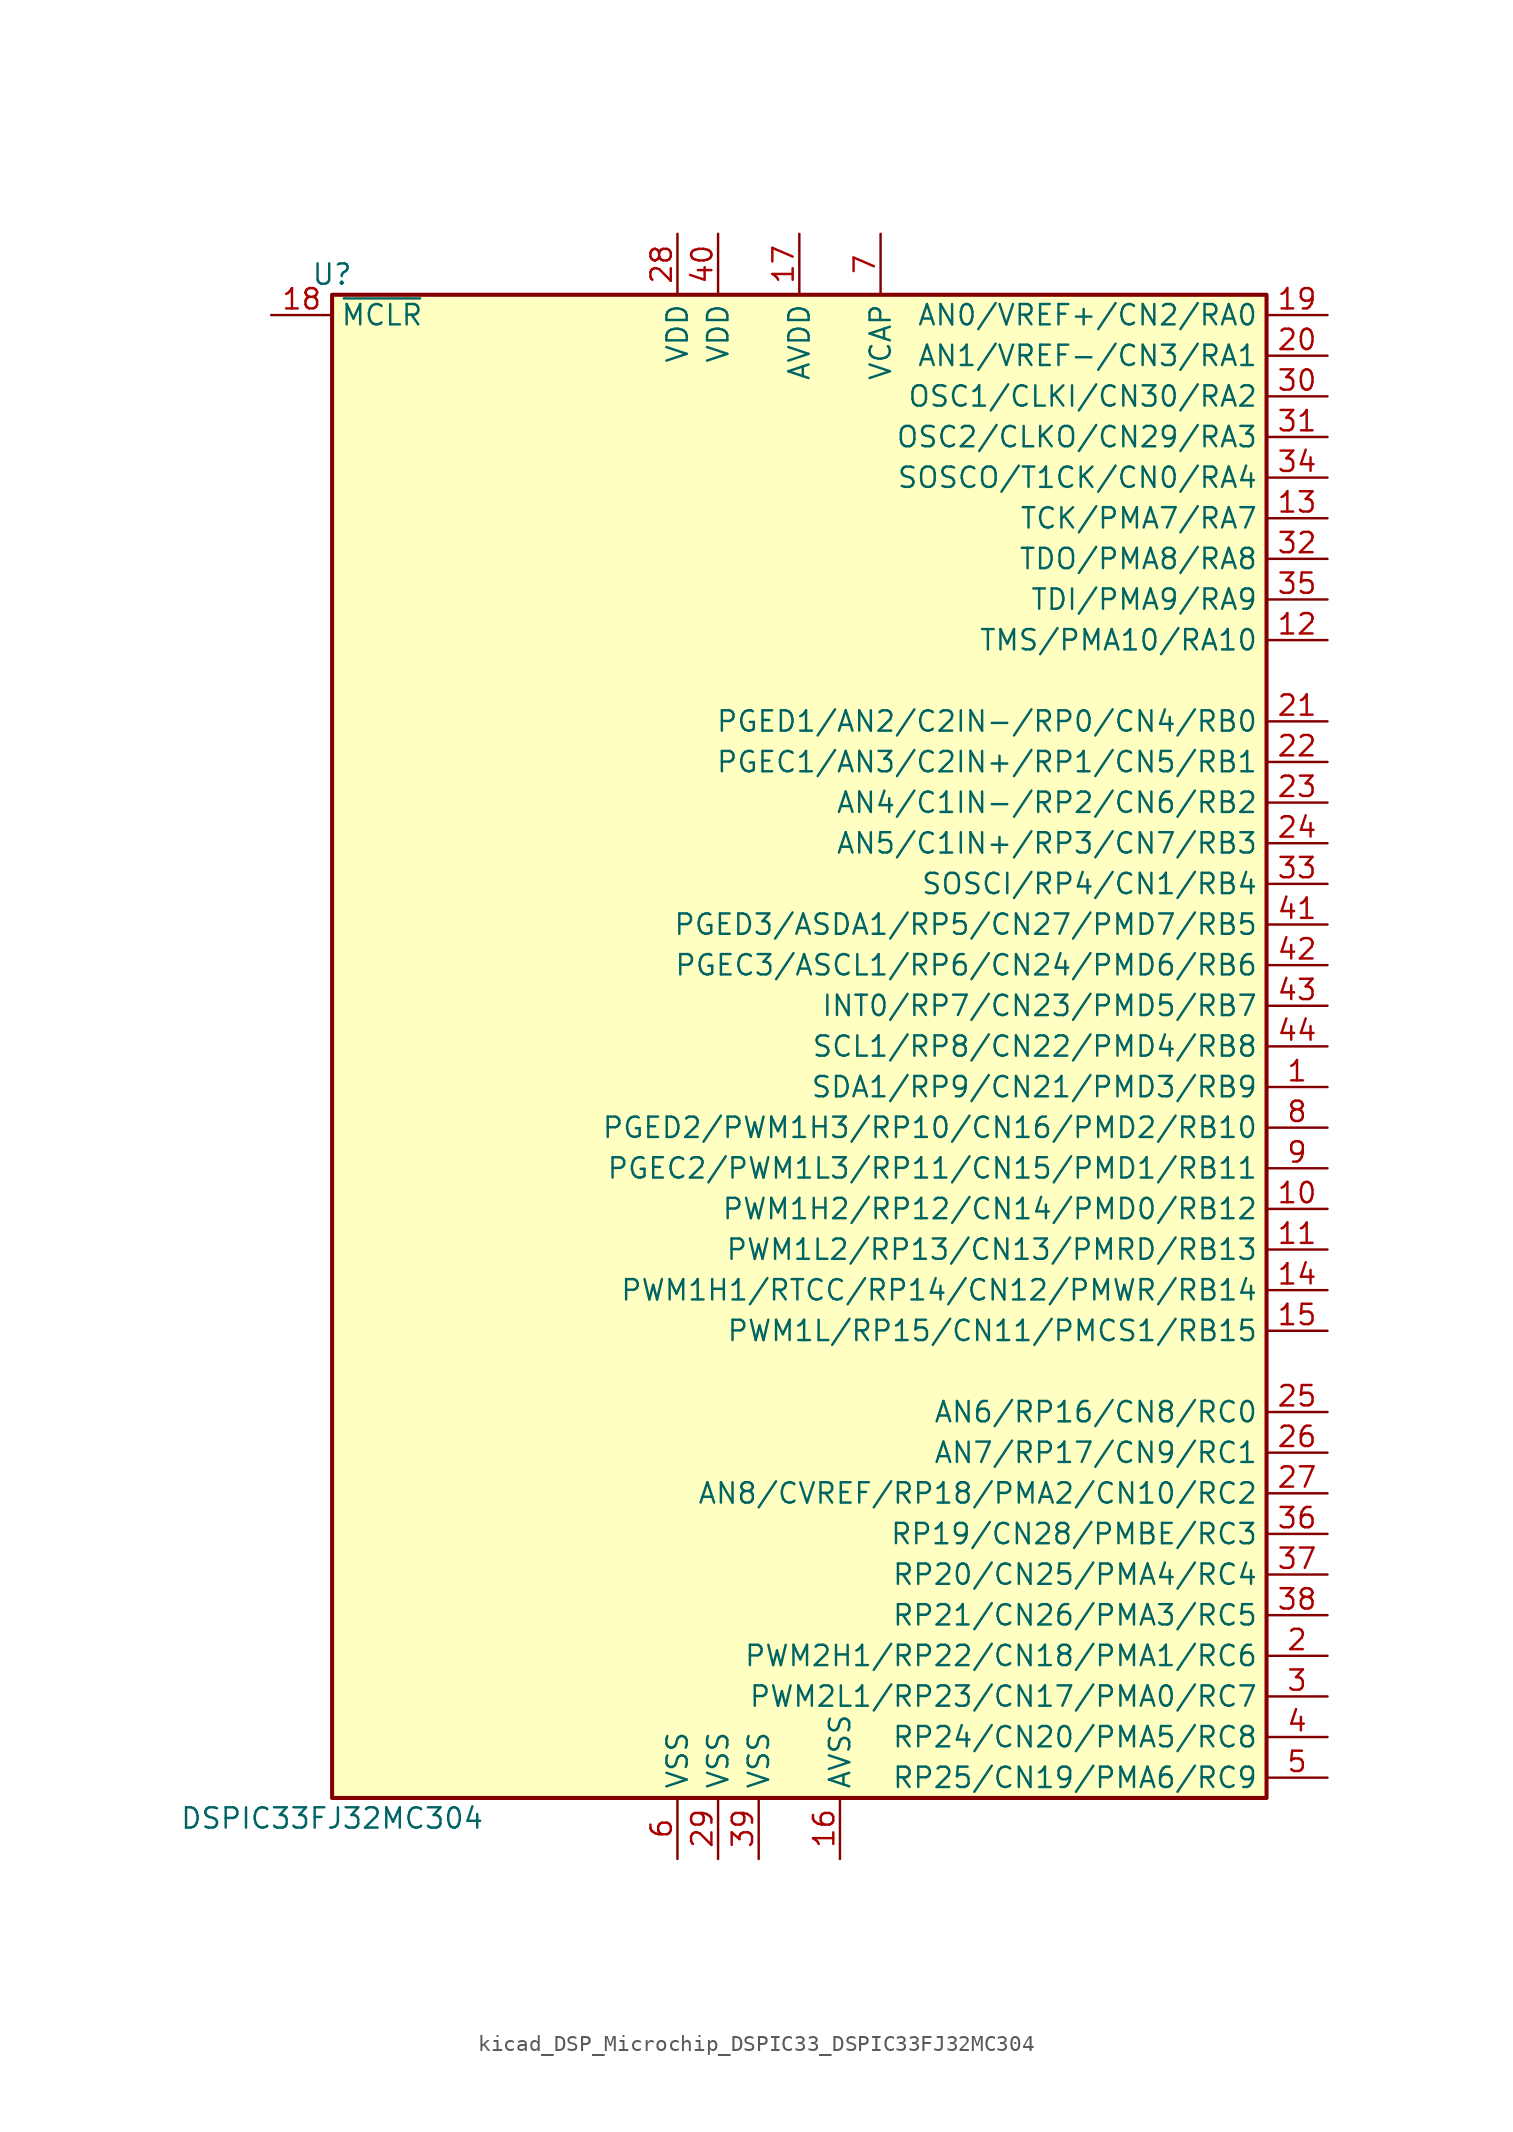
<source format=kicad_sym>
(kicad_symbol_lib
  (version 20220914)
  (generator kicad_symbol_editor)
  (symbol "kicad_DSP_Microchip_DSPIC33_DSPIC33FJ32MC304"
    (property "Reference" "U"
      (at -29.21 48.26 0)
      (effects (font (size 1.27 1.27))))
    (property "Value" "DSPIC33FJ32MC304"
      (at -29.21 -48.26 0)
      (effects (font (size 1.27 1.27))))
    (symbol "kicad_DSP_Microchip_DSPIC33_DSPIC33FJ32MC304_1_1"
      (rectangle (start -29.21 46.99) (end 29.21 -46.99) (stroke (width 0.254) (type default)) (fill (type background)))
      (pin bidirectional line (at 33.02 -2.54 180) (length 3.81) (name "SDA1/RP9/CN21/PMD3/RB9" (effects (font (size 1.27 1.27)))) (number "1" (effects (font (size 1.27 1.27)))))
      (pin bidirectional line (at 33.02 -10.16 180) (length 3.81) (name "PWM1H2/RP12/CN14/PMD0/RB12" (effects (font (size 1.27 1.27)))) (number "10" (effects (font (size 1.27 1.27)))))
      (pin bidirectional line (at 33.02 -12.7 180) (length 3.81) (name "PWM1L2/RP13/CN13/PMRD/RB13" (effects (font (size 1.27 1.27)))) (number "11" (effects (font (size 1.27 1.27)))))
      (pin bidirectional line (at 33.02 25.4 180) (length 3.81) (name "TMS/PMA10/RA10" (effects (font (size 1.27 1.27)))) (number "12" (effects (font (size 1.27 1.27)))))
      (pin bidirectional line (at 33.02 33.02 180) (length 3.81) (name "TCK/PMA7/RA7" (effects (font (size 1.27 1.27)))) (number "13" (effects (font (size 1.27 1.27)))))
      (pin bidirectional line (at 33.02 -15.24 180) (length 3.81) (name "PWM1H1/RTCC/RP14/CN12/PMWR/RB14" (effects (font (size 1.27 1.27)))) (number "14" (effects (font (size 1.27 1.27)))))
      (pin bidirectional line (at 33.02 -17.78 180) (length 3.81) (name "PWM1L/RP15/CN11/PMCS1/RB15" (effects (font (size 1.27 1.27)))) (number "15" (effects (font (size 1.27 1.27)))))
      (pin power_in line (at 2.54 -50.8 90) (length 3.81) (name "AVSS" (effects (font (size 1.27 1.27)))) (number "16" (effects (font (size 1.27 1.27)))))
      (pin power_in line (at 0 50.8 270) (length 3.81) (name "AVDD" (effects (font (size 1.27 1.27)))) (number "17" (effects (font (size 1.27 1.27)))))
      (pin input line (at -33.02 45.72 0) (length 3.81) (name "~{MCLR}" (effects (font (size 1.27 1.27)))) (number "18" (effects (font (size 1.27 1.27)))))
      (pin bidirectional line (at 33.02 45.72 180) (length 3.81) (name "AN0/VREF+/CN2/RA0" (effects (font (size 1.27 1.27)))) (number "19" (effects (font (size 1.27 1.27)))))
      (pin bidirectional line (at 33.02 -38.1 180) (length 3.81) (name "PWM2H1/RP22/CN18/PMA1/RC6" (effects (font (size 1.27 1.27)))) (number "2" (effects (font (size 1.27 1.27)))))
      (pin bidirectional line (at 33.02 43.18 180) (length 3.81) (name "AN1/VREF-/CN3/RA1" (effects (font (size 1.27 1.27)))) (number "20" (effects (font (size 1.27 1.27)))))
      (pin bidirectional line (at 33.02 20.32 180) (length 3.81) (name "PGED1/AN2/C2IN-/RP0/CN4/RB0" (effects (font (size 1.27 1.27)))) (number "21" (effects (font (size 1.27 1.27)))))
      (pin bidirectional line (at 33.02 17.78 180) (length 3.81) (name "PGEC1/AN3/C2IN+/RP1/CN5/RB1" (effects (font (size 1.27 1.27)))) (number "22" (effects (font (size 1.27 1.27)))))
      (pin bidirectional line (at 33.02 15.24 180) (length 3.81) (name "AN4/C1IN-/RP2/CN6/RB2" (effects (font (size 1.27 1.27)))) (number "23" (effects (font (size 1.27 1.27)))))
      (pin bidirectional line (at 33.02 12.7 180) (length 3.81) (name "AN5/C1IN+/RP3/CN7/RB3" (effects (font (size 1.27 1.27)))) (number "24" (effects (font (size 1.27 1.27)))))
      (pin bidirectional line (at 33.02 -22.86 180) (length 3.81) (name "AN6/RP16/CN8/RC0" (effects (font (size 1.27 1.27)))) (number "25" (effects (font (size 1.27 1.27)))))
      (pin bidirectional line (at 33.02 -25.4 180) (length 3.81) (name "AN7/RP17/CN9/RC1" (effects (font (size 1.27 1.27)))) (number "26" (effects (font (size 1.27 1.27)))))
      (pin bidirectional line (at 33.02 -27.94 180) (length 3.81) (name "AN8/CVREF/RP18/PMA2/CN10/RC2" (effects (font (size 1.27 1.27)))) (number "27" (effects (font (size 1.27 1.27)))))
      (pin power_in line (at -7.62 50.8 270) (length 3.81) (name "VDD" (effects (font (size 1.27 1.27)))) (number "28" (effects (font (size 1.27 1.27)))))
      (pin power_in line (at -5.08 -50.8 90) (length 3.81) (name "VSS" (effects (font (size 1.27 1.27)))) (number "29" (effects (font (size 1.27 1.27)))))
      (pin bidirectional line (at 33.02 -40.64 180) (length 3.81) (name "PWM2L1/RP23/CN17/PMA0/RC7" (effects (font (size 1.27 1.27)))) (number "3" (effects (font (size 1.27 1.27)))))
      (pin input line (at 33.02 40.64 180) (length 3.81) (name "OSC1/CLKI/CN30/RA2" (effects (font (size 1.27 1.27)))) (number "30" (effects (font (size 1.27 1.27)))))
      (pin input line (at 33.02 38.1 180) (length 3.81) (name "OSC2/CLKO/CN29/RA3" (effects (font (size 1.27 1.27)))) (number "31" (effects (font (size 1.27 1.27)))))
      (pin input line (at 33.02 30.48 180) (length 3.81) (name "TDO/PMA8/RA8" (effects (font (size 1.27 1.27)))) (number "32" (effects (font (size 1.27 1.27)))))
      (pin input line (at 33.02 10.16 180) (length 3.81) (name "SOSCI/RP4/CN1/RB4" (effects (font (size 1.27 1.27)))) (number "33" (effects (font (size 1.27 1.27)))))
      (pin input line (at 33.02 35.56 180) (length 3.81) (name "SOSCO/T1CK/CN0/RA4" (effects (font (size 1.27 1.27)))) (number "34" (effects (font (size 1.27 1.27)))))
      (pin input line (at 33.02 27.94 180) (length 3.81) (name "TDI/PMA9/RA9" (effects (font (size 1.27 1.27)))) (number "35" (effects (font (size 1.27 1.27)))))
      (pin input line (at 33.02 -30.48 180) (length 3.81) (name "RP19/CN28/PMBE/RC3" (effects (font (size 1.27 1.27)))) (number "36" (effects (font (size 1.27 1.27)))))
      (pin input line (at 33.02 -33.02 180) (length 3.81) (name "RP20/CN25/PMA4/RC4" (effects (font (size 1.27 1.27)))) (number "37" (effects (font (size 1.27 1.27)))))
      (pin input line (at 33.02 -35.56 180) (length 3.81) (name "RP21/CN26/PMA3/RC5" (effects (font (size 1.27 1.27)))) (number "38" (effects (font (size 1.27 1.27)))))
      (pin power_in line (at -2.54 -50.8 90) (length 3.81) (name "VSS" (effects (font (size 1.27 1.27)))) (number "39" (effects (font (size 1.27 1.27)))))
      (pin bidirectional line (at 33.02 -43.18 180) (length 3.81) (name "RP24/CN20/PMA5/RC8" (effects (font (size 1.27 1.27)))) (number "4" (effects (font (size 1.27 1.27)))))
      (pin power_in line (at -5.08 50.8 270) (length 3.81) (name "VDD" (effects (font (size 1.27 1.27)))) (number "40" (effects (font (size 1.27 1.27)))))
      (pin input line (at 33.02 7.62 180) (length 3.81) (name "PGED3/ASDA1/RP5/CN27/PMD7/RB5" (effects (font (size 1.27 1.27)))) (number "41" (effects (font (size 1.27 1.27)))))
      (pin input line (at 33.02 5.08 180) (length 3.81) (name "PGEC3/ASCL1/RP6/CN24/PMD6/RB6" (effects (font (size 1.27 1.27)))) (number "42" (effects (font (size 1.27 1.27)))))
      (pin input line (at 33.02 2.54 180) (length 3.81) (name "INT0/RP7/CN23/PMD5/RB7" (effects (font (size 1.27 1.27)))) (number "43" (effects (font (size 1.27 1.27)))))
      (pin input line (at 33.02 0 180) (length 3.81) (name "SCL1/RP8/CN22/PMD4/RB8" (effects (font (size 1.27 1.27)))) (number "44" (effects (font (size 1.27 1.27)))))
      (pin bidirectional line (at 33.02 -45.72 180) (length 3.81) (name "RP25/CN19/PMA6/RC9" (effects (font (size 1.27 1.27)))) (number "5" (effects (font (size 1.27 1.27)))))
      (pin power_in line (at -7.62 -50.8 90) (length 3.81) (name "VSS" (effects (font (size 1.27 1.27)))) (number "6" (effects (font (size 1.27 1.27)))))
      (pin power_in line (at 5.08 50.8 270) (length 3.81) (name "VCAP" (effects (font (size 1.27 1.27)))) (number "7" (effects (font (size 1.27 1.27)))))
      (pin bidirectional line (at 33.02 -5.08 180) (length 3.81) (name "PGED2/PWM1H3/RP10/CN16/PMD2/RB10" (effects (font (size 1.27 1.27)))) (number "8" (effects (font (size 1.27 1.27)))))
      (pin bidirectional line (at 33.02 -7.62 180) (length 3.81) (name "PGEC2/PWM1L3/RP11/CN15/PMD1/RB11" (effects (font (size 1.27 1.27)))) (number "9" (effects (font (size 1.27 1.27))))))))
</source>
